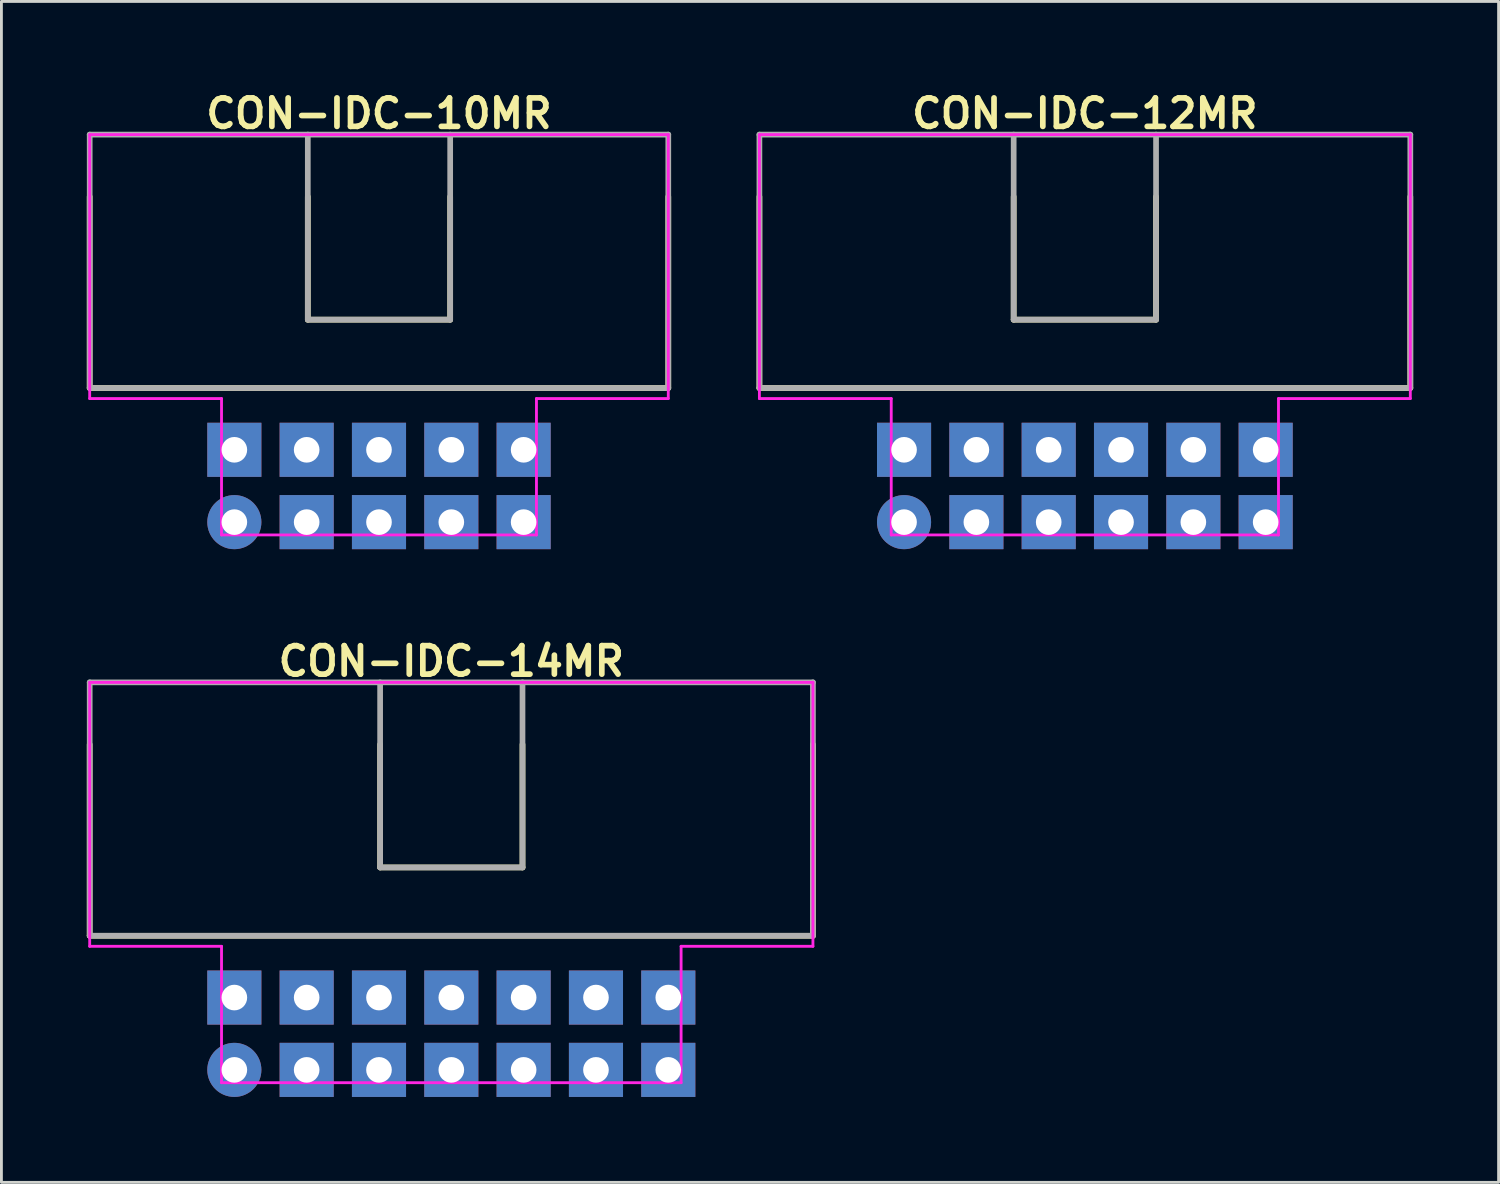
<source format=kicad_pcb>
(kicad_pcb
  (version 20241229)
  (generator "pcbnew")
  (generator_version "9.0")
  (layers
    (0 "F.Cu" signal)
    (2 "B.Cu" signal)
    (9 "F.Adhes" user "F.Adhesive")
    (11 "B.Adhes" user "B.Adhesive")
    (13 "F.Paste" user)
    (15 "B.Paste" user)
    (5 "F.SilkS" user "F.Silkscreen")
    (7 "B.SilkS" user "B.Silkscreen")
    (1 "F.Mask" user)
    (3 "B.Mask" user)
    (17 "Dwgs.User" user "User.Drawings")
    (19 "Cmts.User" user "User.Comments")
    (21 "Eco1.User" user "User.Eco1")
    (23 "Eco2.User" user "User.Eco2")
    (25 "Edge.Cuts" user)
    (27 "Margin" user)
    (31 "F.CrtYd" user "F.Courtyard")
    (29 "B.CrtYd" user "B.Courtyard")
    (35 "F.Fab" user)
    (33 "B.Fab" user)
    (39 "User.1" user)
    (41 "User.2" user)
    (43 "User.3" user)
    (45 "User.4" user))
  (footprint "CON-IDC-14MR"
    (layer "F.Cu")
    (at 12.8 33.254)
    (property "Reference" "CON-IDC-14MR" (at 0 -13.081 0) (layer "F.SilkS") (effects (font (size 1 1) (thickness 0.2))))
    (attr through_hole)
    (fp_line (start -12.7 -10.16) (end -12.7 -3.44) (stroke (width 0.2) (type solid)) (layer "F.SilkS"))
    (fp_line (start -12.7 -3.44) (end 12.7 -3.44) (stroke (width 0.2) (type solid)) (layer "F.SilkS"))
    (fp_line (start -2.5 -10.16) (end -2.5 -5.84) (stroke (width 0.2) (type solid)) (layer "F.SilkS"))
    (fp_line (start -2.5 -5.84) (end 2.5 -5.84) (stroke (width 0.2) (type solid)) (layer "F.SilkS"))
    (fp_line (start 2.5 -10.16) (end 2.5 -5.84) (stroke (width 0.2) (type solid)) (layer "F.SilkS"))
    (fp_line (start 12.7 -10.16) (end 12.7 -3.44) (stroke (width 0.2) (type solid)) (layer "F.SilkS"))
    (fp_line (start -12.7 -12.34) (end -12.7 -3.07) (stroke (width 0.1) (type solid)) (layer "F.CrtYd"))
    (fp_line (start -12.7 -12.34) (end 12.7 -12.34) (stroke (width 0.1) (type solid)) (layer "F.CrtYd"))
    (fp_line (start -12.7 -3.07) (end -8.07 -3.07) (stroke (width 0.1) (type solid)) (layer "F.CrtYd"))
    (fp_line (start -8.07 -3.07) (end -8.07 1.72) (stroke (width 0.1) (type solid)) (layer "F.CrtYd"))
    (fp_line (start -8.07 1.72) (end 8.07 1.72) (stroke (width 0.1) (type solid)) (layer "F.CrtYd"))
    (fp_line (start 8.07 -3.07) (end 8.07 1.72) (stroke (width 0.1) (type solid)) (layer "F.CrtYd"))
    (fp_line (start 8.07 -3.07) (end 12.7 -3.07) (stroke (width 0.1) (type solid)) (layer "F.CrtYd"))
    (fp_line (start 12.7 -12.34) (end 12.7 -3.07) (stroke (width 0.1) (type solid)) (layer "F.CrtYd"))
    (fp_line (start -12.7 -12.34) (end -12.7 -3.44) (stroke (width 0.2) (type solid)) (layer "F.Fab"))
    (fp_line (start -12.7 -12.34) (end 12.7 -12.34) (stroke (width 0.2) (type solid)) (layer "F.Fab"))
    (fp_line (start -12.7 -3.44) (end 12.7 -3.44) (stroke (width 0.2) (type solid)) (layer "F.Fab"))
    (fp_line (start -2.5 -12.34) (end -2.5 -5.84) (stroke (width 0.2) (type solid)) (layer "F.Fab"))
    (fp_line (start -2.5 -5.84) (end 2.5 -5.84) (stroke (width 0.2) (type solid)) (layer "F.Fab"))
    (fp_line (start 2.5 -12.34) (end 2.5 -5.84) (stroke (width 0.2) (type solid)) (layer "F.Fab"))
    (fp_line (start 12.7 -12.34) (end 12.7 -3.44) (stroke (width 0.2) (type solid)) (layer "F.Fab"))
    (pad "1" thru_hole circle (at -7.62 1.27) (size 1.9 1.9) (drill 0.9) (layers "B.Cu" "B.Mask"))
    (pad "2" thru_hole rect (at -7.62 -1.27) (size 1.9 1.9) (drill 0.9) (layers "B.Cu" "B.Mask"))
    (pad "3" thru_hole rect (at -5.08 1.27) (size 1.9 1.9) (drill 0.9) (layers "B.Cu" "B.Mask"))
    (pad "4" thru_hole rect (at -5.08 -1.27) (size 1.9 1.9) (drill 0.9) (layers "B.Cu" "B.Mask"))
    (pad "5" thru_hole rect (at -2.54 1.27) (size 1.9 1.9) (drill 0.9) (layers "B.Cu" "B.Mask"))
    (pad "6" thru_hole rect (at -2.54 -1.27) (size 1.9 1.9) (drill 0.9) (layers "B.Cu" "B.Mask"))
    (pad "7" thru_hole rect (at 0 1.27) (size 1.9 1.9) (drill 0.9) (layers "B.Cu" "B.Mask"))
    (pad "8" thru_hole rect (at 0 -1.27) (size 1.9 1.9) (drill 0.9) (layers "B.Cu" "B.Mask"))
    (pad "9" thru_hole rect (at 2.54 1.27) (size 1.9 1.9) (drill 0.9) (layers "B.Cu" "B.Mask"))
    (pad "10" thru_hole rect (at 2.54 -1.27) (size 1.9 1.9) (drill 0.9) (layers "B.Cu" "B.Mask"))
    (pad "11" thru_hole rect (at 5.08 1.27) (size 1.9 1.9) (drill 0.9) (layers "B.Cu" "B.Mask"))
    (pad "12" thru_hole rect (at 5.08 -1.27) (size 1.9 1.9) (drill 0.9) (layers "B.Cu" "B.Mask"))
    (pad "13" thru_hole rect (at 7.62 1.27) (size 1.9 1.9) (drill 0.9) (layers "B.Cu" "B.Mask"))
    (pad "14" thru_hole rect (at 7.62 -1.27) (size 1.9 1.9) (drill 0.9) (layers "B.Cu" "B.Mask")))
  (footprint "CON-IDC-10MR"
    (layer "F.Cu")
    (at 10.26 14.017)
    (property "Reference" "CON-IDC-10MR" (at 0 -13.081 0) (layer "F.SilkS") (effects (font (size 1 1) (thickness 0.2))))
    (attr through_hole)
    (fp_line (start -10.16 -10.16) (end -10.16 -3.44) (stroke (width 0.2) (type solid)) (layer "F.SilkS"))
    (fp_line (start -10.16 -3.44) (end 10.16 -3.44) (stroke (width 0.2) (type solid)) (layer "F.SilkS"))
    (fp_line (start -2.5 -10.16) (end -2.5 -5.84) (stroke (width 0.2) (type solid)) (layer "F.SilkS"))
    (fp_line (start -2.5 -5.84) (end 2.5 -5.84) (stroke (width 0.2) (type solid)) (layer "F.SilkS"))
    (fp_line (start 2.5 -10.16) (end 2.5 -5.84) (stroke (width 0.2) (type solid)) (layer "F.SilkS"))
    (fp_line (start 10.16 -10.16) (end 10.16 -3.44) (stroke (width 0.2) (type solid)) (layer "F.SilkS"))
    (fp_line (start -10.16 -12.34) (end -10.16 -3.07) (stroke (width 0.1) (type solid)) (layer "F.CrtYd"))
    (fp_line (start -10.16 -12.34) (end 10.16 -12.34) (stroke (width 0.1) (type solid)) (layer "F.CrtYd"))
    (fp_line (start -10.16 -3.07) (end -5.53 -3.07) (stroke (width 0.1) (type solid)) (layer "F.CrtYd"))
    (fp_line (start -5.53 -3.07) (end -5.53 1.72) (stroke (width 0.1) (type solid)) (layer "F.CrtYd"))
    (fp_line (start -5.53 1.72) (end 5.53 1.72) (stroke (width 0.1) (type solid)) (layer "F.CrtYd"))
    (fp_line (start 5.53 -3.07) (end 5.53 1.72) (stroke (width 0.1) (type solid)) (layer "F.CrtYd"))
    (fp_line (start 5.53 -3.07) (end 10.16 -3.07) (stroke (width 0.1) (type solid)) (layer "F.CrtYd"))
    (fp_line (start 10.16 -12.34) (end 10.16 -3.07) (stroke (width 0.1) (type solid)) (layer "F.CrtYd"))
    (fp_line (start -10.16 -12.34) (end -10.16 -3.44) (stroke (width 0.2) (type solid)) (layer "F.Fab"))
    (fp_line (start -10.16 -12.34) (end 10.16 -12.34) (stroke (width 0.2) (type solid)) (layer "F.Fab"))
    (fp_line (start -10.16 -3.44) (end 10.16 -3.44) (stroke (width 0.2) (type solid)) (layer "F.Fab"))
    (fp_line (start -2.5 -12.34) (end -2.5 -5.84) (stroke (width 0.2) (type solid)) (layer "F.Fab"))
    (fp_line (start -2.5 -5.84) (end 2.5 -5.84) (stroke (width 0.2) (type solid)) (layer "F.Fab"))
    (fp_line (start 2.5 -12.34) (end 2.5 -5.84) (stroke (width 0.2) (type solid)) (layer "F.Fab"))
    (fp_line (start 10.16 -12.34) (end 10.16 -3.44) (stroke (width 0.2) (type solid)) (layer "F.Fab"))
    (pad "1" thru_hole circle (at -5.08 1.27) (size 1.9 1.9) (drill 0.9) (layers "B.Cu" "B.Mask"))
    (pad "2" thru_hole rect (at -5.08 -1.27) (size 1.9 1.9) (drill 0.9) (layers "B.Cu" "B.Mask"))
    (pad "3" thru_hole rect (at -2.54 1.27) (size 1.9 1.9) (drill 0.9) (layers "B.Cu" "B.Mask"))
    (pad "4" thru_hole rect (at -2.54 -1.27) (size 1.9 1.9) (drill 0.9) (layers "B.Cu" "B.Mask"))
    (pad "5" thru_hole rect (at 0 1.27) (size 1.9 1.9) (drill 0.9) (layers "B.Cu" "B.Mask"))
    (pad "6" thru_hole rect (at 0 -1.27) (size 1.9 1.9) (drill 0.9) (layers "B.Cu" "B.Mask"))
    (pad "7" thru_hole rect (at 2.54 1.27) (size 1.9 1.9) (drill 0.9) (layers "B.Cu" "B.Mask"))
    (pad "8" thru_hole rect (at 2.54 -1.27) (size 1.9 1.9) (drill 0.9) (layers "B.Cu" "B.Mask"))
    (pad "9" thru_hole rect (at 5.08 1.27) (size 1.9 1.9) (drill 0.9) (layers "B.Cu" "B.Mask"))
    (pad "10" thru_hole rect (at 5.08 -1.27) (size 1.9 1.9) (drill 0.9) (layers "B.Cu" "B.Mask")))
  (footprint "CON-IDC-12MR"
    (layer "F.Cu")
    (at 35.05 14.017)
    (property "Reference" "CON-IDC-12MR" (at 0 -13.081 0) (layer "F.SilkS") (effects (font (size 1 1) (thickness 0.2))))
    (attr through_hole)
    (fp_line (start -11.43 -10.16) (end -11.43 -3.44) (stroke (width 0.2) (type solid)) (layer "F.SilkS"))
    (fp_line (start -11.43 -3.44) (end 11.43 -3.44) (stroke (width 0.2) (type solid)) (layer "F.SilkS"))
    (fp_line (start -2.5 -10.16) (end -2.5 -5.84) (stroke (width 0.2) (type solid)) (layer "F.SilkS"))
    (fp_line (start -2.5 -5.84) (end 2.5 -5.84) (stroke (width 0.2) (type solid)) (layer "F.SilkS"))
    (fp_line (start 2.5 -10.16) (end 2.5 -5.84) (stroke (width 0.2) (type solid)) (layer "F.SilkS"))
    (fp_line (start 11.43 -10.16) (end 11.43 -3.44) (stroke (width 0.2) (type solid)) (layer "F.SilkS"))
    (fp_line (start -11.43 -12.34) (end -11.43 -3.07) (stroke (width 0.1) (type solid)) (layer "F.CrtYd"))
    (fp_line (start -11.43 -12.34) (end 11.43 -12.34) (stroke (width 0.1) (type solid)) (layer "F.CrtYd"))
    (fp_line (start -11.43 -3.07) (end -6.8 -3.07) (stroke (width 0.1) (type solid)) (layer "F.CrtYd"))
    (fp_line (start -6.8 -3.07) (end -6.8 1.72) (stroke (width 0.1) (type solid)) (layer "F.CrtYd"))
    (fp_line (start -6.8 1.72) (end 6.8 1.72) (stroke (width 0.1) (type solid)) (layer "F.CrtYd"))
    (fp_line (start 6.8 -3.07) (end 6.8 1.72) (stroke (width 0.1) (type solid)) (layer "F.CrtYd"))
    (fp_line (start 6.8 -3.07) (end 11.43 -3.07) (stroke (width 0.1) (type solid)) (layer "F.CrtYd"))
    (fp_line (start 11.43 -12.34) (end 11.43 -3.07) (stroke (width 0.1) (type solid)) (layer "F.CrtYd"))
    (fp_line (start -11.43 -12.34) (end -11.43 -3.44) (stroke (width 0.2) (type solid)) (layer "F.Fab"))
    (fp_line (start -11.43 -12.34) (end 11.43 -12.34) (stroke (width 0.2) (type solid)) (layer "F.Fab"))
    (fp_line (start -11.43 -3.44) (end 11.43 -3.44) (stroke (width 0.2) (type solid)) (layer "F.Fab"))
    (fp_line (start -2.5 -12.34) (end -2.5 -5.84) (stroke (width 0.2) (type solid)) (layer "F.Fab"))
    (fp_line (start -2.5 -5.84) (end 2.5 -5.84) (stroke (width 0.2) (type solid)) (layer "F.Fab"))
    (fp_line (start 2.5 -12.34) (end 2.5 -5.84) (stroke (width 0.2) (type solid)) (layer "F.Fab"))
    (fp_line (start 11.43 -12.34) (end 11.43 -3.44) (stroke (width 0.2) (type solid)) (layer "F.Fab"))
    (pad "1" thru_hole circle (at -6.35 1.27) (size 1.9 1.9) (drill 0.9) (layers "B.Cu" "B.Mask"))
    (pad "2" thru_hole rect (at -6.35 -1.27) (size 1.9 1.9) (drill 0.9) (layers "B.Cu" "B.Mask"))
    (pad "3" thru_hole rect (at -3.81 1.27) (size 1.9 1.9) (drill 0.9) (layers "B.Cu" "B.Mask"))
    (pad "4" thru_hole rect (at -3.81 -1.27) (size 1.9 1.9) (drill 0.9) (layers "B.Cu" "B.Mask"))
    (pad "5" thru_hole rect (at -1.27 1.27) (size 1.9 1.9) (drill 0.9) (layers "B.Cu" "B.Mask"))
    (pad "6" thru_hole rect (at -1.27 -1.27) (size 1.9 1.9) (drill 0.9) (layers "B.Cu" "B.Mask"))
    (pad "7" thru_hole rect (at 1.27 1.27) (size 1.9 1.9) (drill 0.9) (layers "B.Cu" "B.Mask"))
    (pad "8" thru_hole rect (at 1.27 -1.27) (size 1.9 1.9) (drill 0.9) (layers "B.Cu" "B.Mask"))
    (pad "9" thru_hole rect (at 3.81 1.27) (size 1.9 1.9) (drill 0.9) (layers "B.Cu" "B.Mask"))
    (pad "10" thru_hole rect (at 3.81 -1.27) (size 1.9 1.9) (drill 0.9) (layers "B.Cu" "B.Mask"))
    (pad "11" thru_hole rect (at 6.35 1.27) (size 1.9 1.9) (drill 0.9) (layers "B.Cu" "B.Mask"))
    (pad "12" thru_hole rect (at 6.35 -1.27) (size 1.9 1.9) (drill 0.9) (layers "B.Cu" "B.Mask")))
  (gr_rect
    (start -3 -3)
    (end 49.58 38.474)
    (stroke (width 0.1) (type default))
    (fill no)
    (layer "Edge.Cuts")))
</source>
